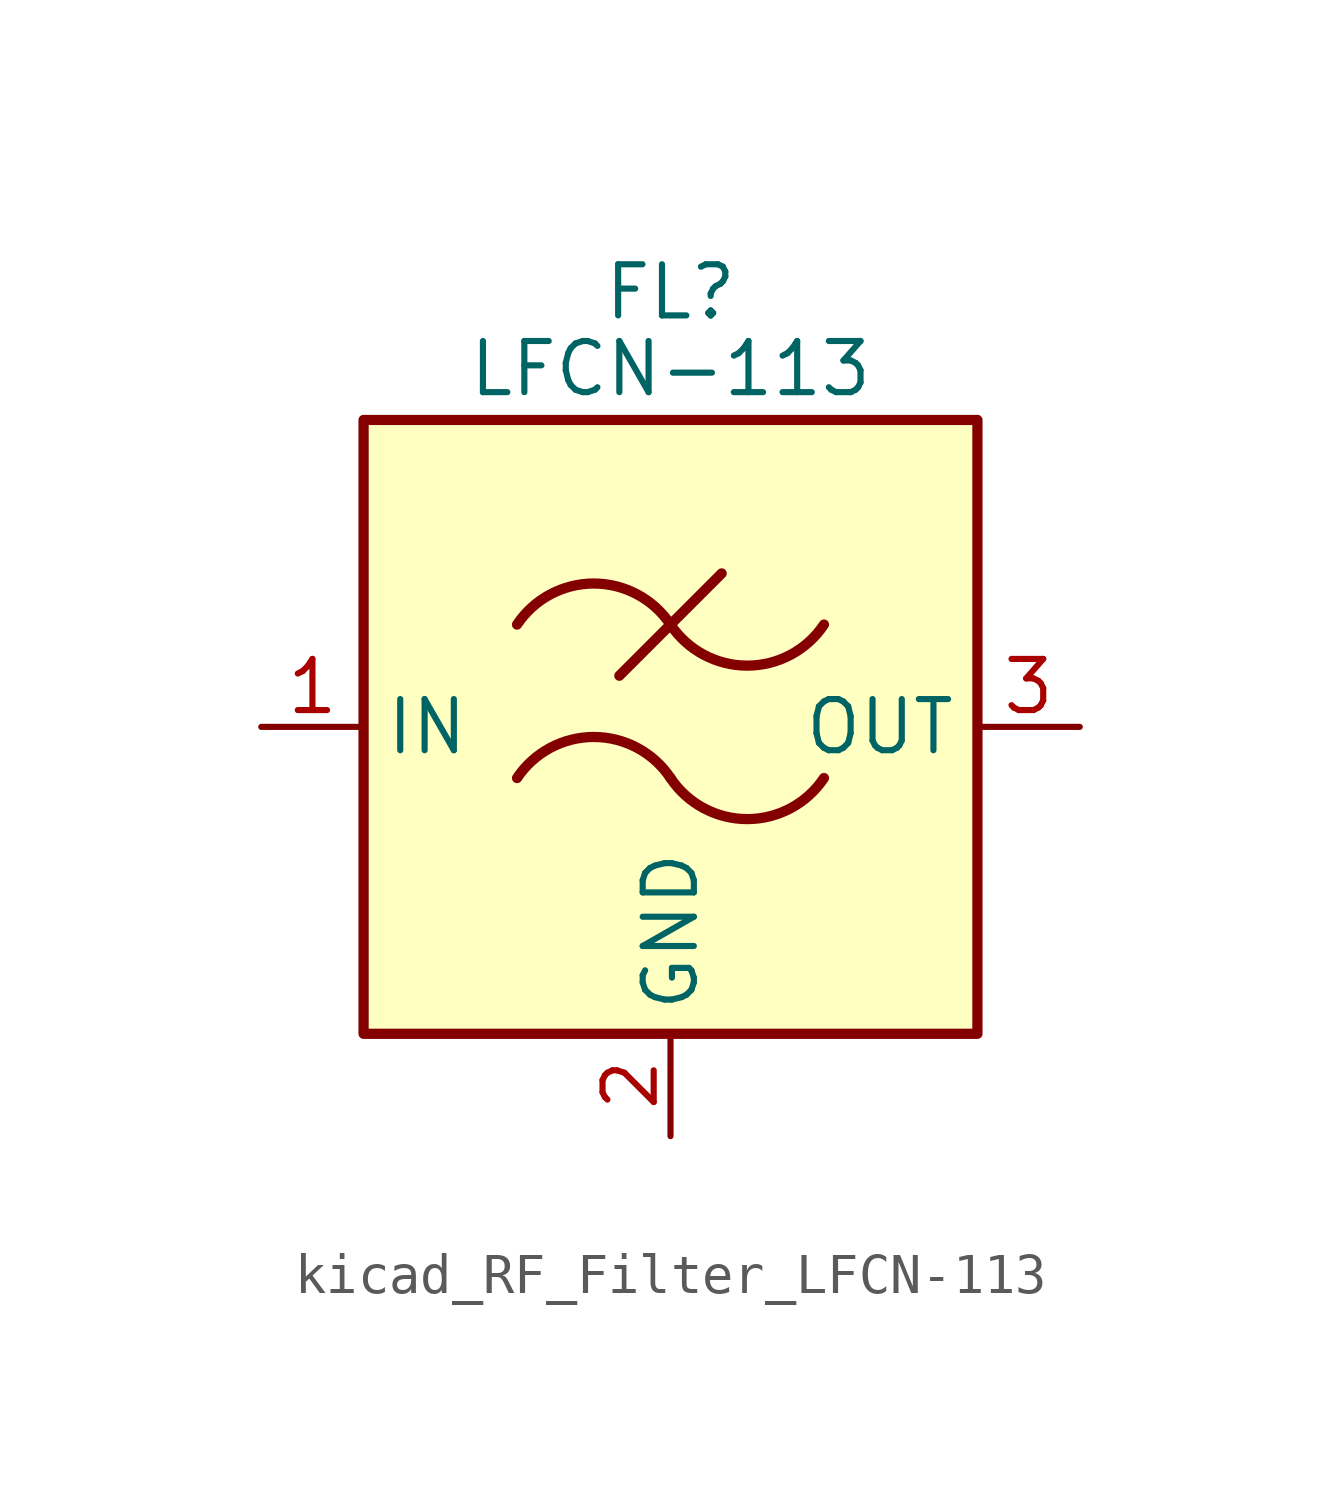
<source format=kicad_sym>
(kicad_symbol_lib
  (version 20220914)
  (generator kicad_symbol_editor)
  (symbol "kicad_RF_Filter_LFCN-113"
    (property "Reference" "FL"
      (at 0 10.795 0)
      (effects (font (size 1.27 1.27))))
    (property "Value" "LFCN-113"
      (at 0 8.89 0)
      (effects (font (size 1.27 1.27))))
    (symbol "kicad_RF_Filter_LFCN-113_0_1"
      (rectangle (start -7.62 7.62) (end 7.62 -7.62) (stroke (width 0.254) (type default)) (fill (type background)))
      (arc (start 0 -1.27) (mid -1.905 -0.2505) (end -3.81 -1.27) (stroke (width 0.254) (type default)) (fill (type none)))
      (arc (start 0 -1.27) (mid 1.905 -2.2895) (end 3.81 -1.27) (stroke (width 0.254) (type default)) (fill (type none)))
      (polyline (pts (xy -1.27 1.27) (xy 1.27 3.81)) (stroke (width 0.254) (type default)) (fill (type none)))
      (arc (start 0 2.54) (mid -1.905 3.5595) (end -3.81 2.54) (stroke (width 0.254) (type default)) (fill (type none)))
      (arc (start 0 2.54) (mid 1.905 1.5205) (end 3.81 2.54) (stroke (width 0.254) (type default)) (fill (type none))))
    (symbol "kicad_RF_Filter_LFCN-113_1_1"
      (pin passive line (at -10.16 0 0) (length 2.54) (name "IN" (effects (font (size 1.27 1.27)))) (number "1" (effects (font (size 1.27 1.27)))))
      (pin passive line (at 0 -10.16 90) (length 2.54) (name "GND" (effects (font (size 1.27 1.27)))) (number "2" (effects (font (size 1.27 1.27)))))
      (pin passive line (at 10.16 0 180) (length 2.54) (name "OUT" (effects (font (size 1.27 1.27)))) (number "3" (effects (font (size 1.27 1.27)))))
      (pin passive line (at 0 -10.16 90) (length 2.54) hide (name "GND" (effects (font (size 1.27 1.27)))) (number "4" (effects (font (size 1.27 1.27))))))))
</source>
